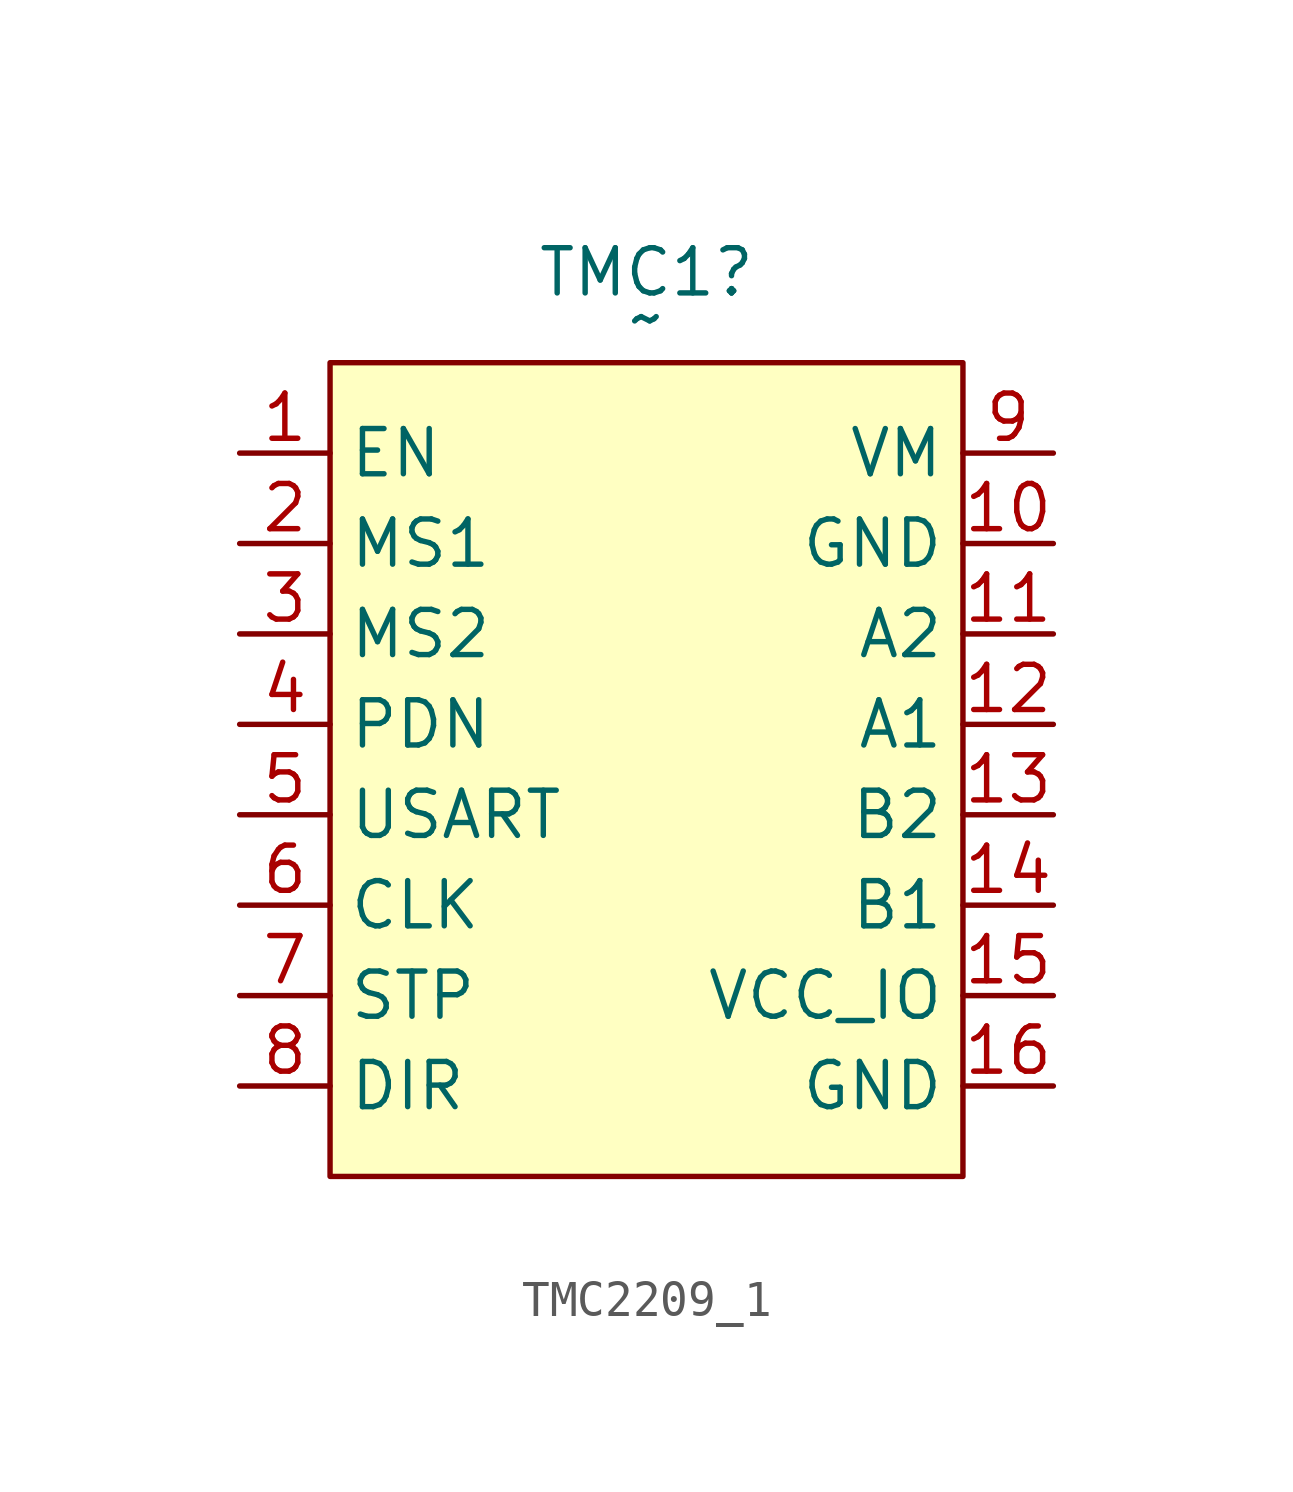
<source format=kicad_sym>
(kicad_symbol_lib
  (version 20220914)
  (generator kicad_symbol_editor)
  (symbol "TMC2209_1"
    (property "Reference" "TMC1"
      (at 0 1.27 0)
      (effects (font (size 1.27 1.27))))
    (property "Value" "~"
      (at 0 0 0)
      (effects (font (size 1.27 1.27))))
    (symbol "TMC2209_1_1_1"
      (rectangle (start -8.89 -1.27) (end 8.89 -24.13) (stroke (width 0) (type default)) (fill (type background)))
      (pin input line (at -11.43 -3.81 0) (length 2.54) (name "EN" (effects (font (size 1.27 1.27)))) (number "1" (effects (font (size 1.27 1.27)))))
      (pin power_in line (at 11.43 -6.35 180) (length 2.54) (name "GND" (effects (font (size 1.27 1.27)))) (number "10" (effects (font (size 1.27 1.27)))))
      (pin output line (at 11.43 -8.89 180) (length 2.54) (name "A2" (effects (font (size 1.27 1.27)))) (number "11" (effects (font (size 1.27 1.27)))))
      (pin input line (at 11.43 -11.43 180) (length 2.54) (name "A1" (effects (font (size 1.27 1.27)))) (number "12" (effects (font (size 1.27 1.27)))))
      (pin output line (at 11.43 -13.97 180) (length 2.54) (name "B2" (effects (font (size 1.27 1.27)))) (number "13" (effects (font (size 1.27 1.27)))))
      (pin output line (at 11.43 -16.51 180) (length 2.54) (name "B1" (effects (font (size 1.27 1.27)))) (number "14" (effects (font (size 1.27 1.27)))))
      (pin input line (at 11.43 -19.05 180) (length 2.54) (name "VCC_IO" (effects (font (size 1.27 1.27)))) (number "15" (effects (font (size 1.27 1.27)))))
      (pin input line (at 11.43 -21.59 180) (length 2.54) (name "GND" (effects (font (size 1.27 1.27)))) (number "16" (effects (font (size 1.27 1.27)))))
      (pin input line (at -11.43 -6.35 0) (length 2.54) (name "MS1" (effects (font (size 1.27 1.27)))) (number "2" (effects (font (size 1.27 1.27)))))
      (pin output line (at -11.43 -8.89 0) (length 2.54) (name "MS2" (effects (font (size 1.27 1.27)))) (number "3" (effects (font (size 1.27 1.27)))))
      (pin output line (at -11.43 -11.43 0) (length 2.54) (name "PDN" (effects (font (size 1.27 1.27)))) (number "4" (effects (font (size 1.27 1.27)))))
      (pin output line (at -11.43 -13.97 0) (length 2.54) (name "USART" (effects (font (size 1.27 1.27)))) (number "5" (effects (font (size 1.27 1.27)))))
      (pin output line (at -11.43 -16.51 0) (length 2.54) (name "CLK" (effects (font (size 1.27 1.27)))) (number "6" (effects (font (size 1.27 1.27)))))
      (pin input line (at -11.43 -19.05 0) (length 2.54) (name "STP" (effects (font (size 1.27 1.27)))) (number "7" (effects (font (size 1.27 1.27)))))
      (pin input line (at -11.43 -21.59 0) (length 2.54) (name "DIR" (effects (font (size 1.27 1.27)))) (number "8" (effects (font (size 1.27 1.27)))))
      (pin power_in line (at 11.43 -3.81 180) (length 2.54) (name "VM" (effects (font (size 1.27 1.27)))) (number "9" (effects (font (size 1.27 1.27))))))))
</source>
